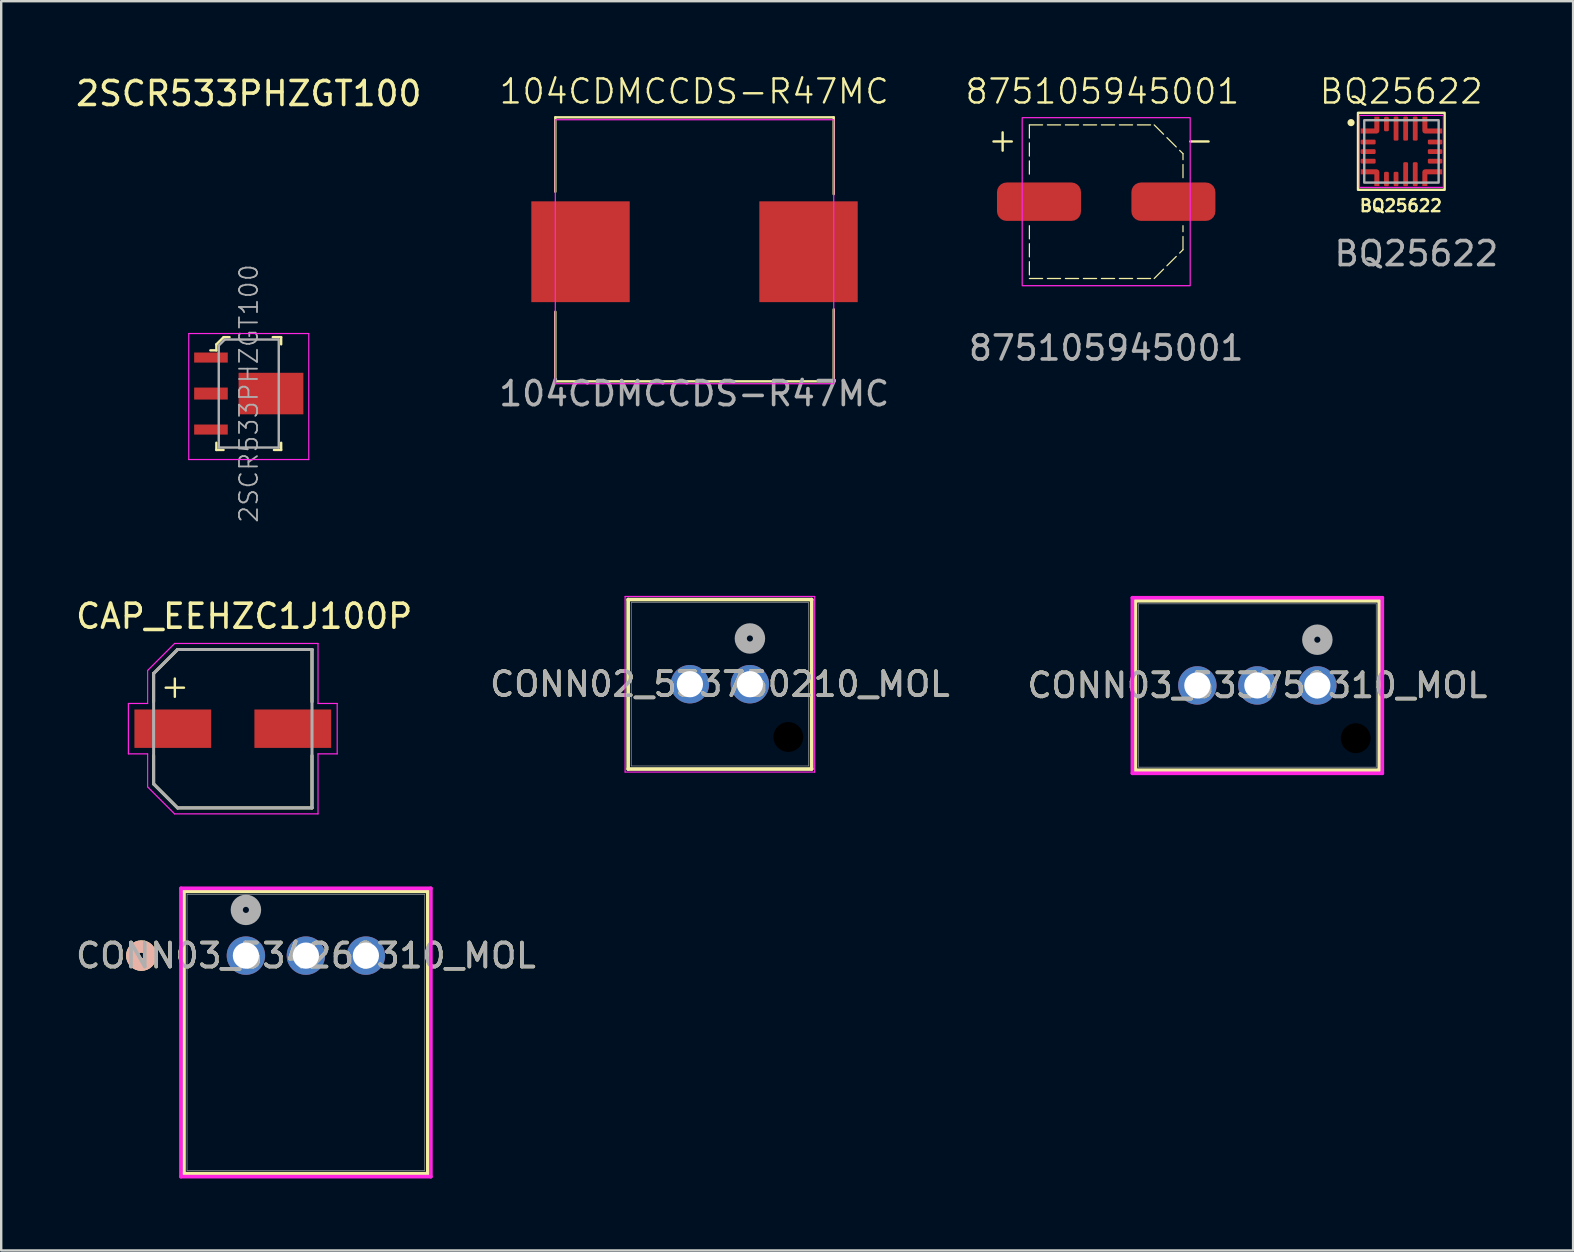
<source format=kicad_pcb>
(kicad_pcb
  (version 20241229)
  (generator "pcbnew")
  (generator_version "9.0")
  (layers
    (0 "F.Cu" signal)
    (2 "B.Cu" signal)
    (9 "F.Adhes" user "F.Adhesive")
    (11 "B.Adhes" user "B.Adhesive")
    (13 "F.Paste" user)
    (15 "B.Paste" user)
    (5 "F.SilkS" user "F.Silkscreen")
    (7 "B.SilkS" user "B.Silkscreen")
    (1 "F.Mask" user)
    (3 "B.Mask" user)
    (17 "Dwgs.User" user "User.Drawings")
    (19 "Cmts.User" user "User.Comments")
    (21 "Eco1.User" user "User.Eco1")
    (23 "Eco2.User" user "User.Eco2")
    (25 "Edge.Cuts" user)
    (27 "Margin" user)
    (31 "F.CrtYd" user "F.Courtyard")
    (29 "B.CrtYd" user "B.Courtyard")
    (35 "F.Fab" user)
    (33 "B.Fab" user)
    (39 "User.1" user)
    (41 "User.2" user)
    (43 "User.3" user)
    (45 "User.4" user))
  (footprint "CAP_EEHZC1J100P"
    (layer "F.Cu")
    (at 6.65 27.312)
    (property "Reference" "CAP_EEHZC1J100P" (at 0.475 -4.685 0) (layer "F.SilkS") (effects (font (size 1 1) (thickness 0.15))))
    (attr smd)
    (fp_line (start -3.3 -2.3) (end -3.3 -1.12) (stroke (width 0.127) (type solid)) (layer "F.SilkS"))
    (fp_line (start -3.3 1.12) (end -3.3 2.3) (stroke (width 0.127) (type solid)) (layer "F.SilkS"))
    (fp_line (start -3.3 2.3) (end -2.3 3.3) (stroke (width 0.127) (type solid)) (layer "F.SilkS"))
    (fp_line (start -2.3 -3.3) (end -3.3 -2.3) (stroke (width 0.127) (type solid)) (layer "F.SilkS"))
    (fp_line (start -2.3 3.3) (end 3.3 3.3) (stroke (width 0.127) (type solid)) (layer "F.SilkS"))
    (fp_line (start 3.3 -3.3) (end -2.3 -3.3) (stroke (width 0.127) (type solid)) (layer "F.SilkS"))
    (fp_line (start 3.3 -1.12) (end 3.3 -3.3) (stroke (width 0.127) (type solid)) (layer "F.SilkS"))
    (fp_line (start 3.3 3.3) (end 3.3 1.12) (stroke (width 0.127) (type solid)) (layer "F.SilkS"))
    (fp_line (start -4.35 -1.05) (end -3.55 -1.05) (stroke (width 0.05) (type solid)) (layer "F.CrtYd"))
    (fp_line (start -4.35 1.05) (end -4.35 -1.05) (stroke (width 0.05) (type solid)) (layer "F.CrtYd"))
    (fp_line (start -3.55 -2.425) (end -2.425 -3.55) (stroke (width 0.05) (type solid)) (layer "F.CrtYd"))
    (fp_line (start -3.55 -1.05) (end -3.55 -2.425) (stroke (width 0.05) (type solid)) (layer "F.CrtYd"))
    (fp_line (start -3.55 1.05) (end -4.35 1.05) (stroke (width 0.05) (type solid)) (layer "F.CrtYd"))
    (fp_line (start -3.55 2.425) (end -3.55 1.05) (stroke (width 0.05) (type solid)) (layer "F.CrtYd"))
    (fp_line (start -2.425 -3.55) (end 3.55 -3.55) (stroke (width 0.05) (type solid)) (layer "F.CrtYd"))
    (fp_line (start -2.425 3.55) (end -3.55 2.425) (stroke (width 0.05) (type solid)) (layer "F.CrtYd"))
    (fp_line (start 3.55 -3.55) (end 3.55 -1.05) (stroke (width 0.05) (type solid)) (layer "F.CrtYd"))
    (fp_line (start 3.55 -1.05) (end 4.35 -1.05) (stroke (width 0.05) (type solid)) (layer "F.CrtYd"))
    (fp_line (start 3.55 1.05) (end 3.55 3.55) (stroke (width 0.05) (type solid)) (layer "F.CrtYd"))
    (fp_line (start 3.55 3.55) (end -2.425 3.55) (stroke (width 0.05) (type solid)) (layer "F.CrtYd"))
    (fp_line (start 4.35 -1.05) (end 4.35 1.05) (stroke (width 0.05) (type solid)) (layer "F.CrtYd"))
    (fp_line (start 4.35 1.05) (end 3.55 1.05) (stroke (width 0.05) (type solid)) (layer "F.CrtYd"))
    (fp_line (start -3.3 -2.3) (end -3.3 2.3) (stroke (width 0.127) (type solid)) (layer "F.Fab"))
    (fp_line (start -3.3 2.3) (end -2.3 3.3) (stroke (width 0.127) (type solid)) (layer "F.Fab"))
    (fp_line (start -2.3 -3.3) (end -3.3 -2.3) (stroke (width 0.127) (type solid)) (layer "F.Fab"))
    (fp_line (start -2.3 3.3) (end 3.3 3.3) (stroke (width 0.127) (type solid)) (layer "F.Fab"))
    (fp_line (start 3.3 -3.3) (end -2.3 -3.3) (stroke (width 0.127) (type solid)) (layer "F.Fab"))
    (fp_line (start 3.3 3.3) (end 3.3 -3.3) (stroke (width 0.127) (type solid)) (layer "F.Fab"))
    (fp_text user "+" (at -3.1 -1.2 0) (unlocked yes) (layer "F.SilkS") (effects (font (size 1 1) (thickness 0.1)) (justify left bottom)))
    (pad "1" smd rect (at -2.5 0) (size 3.2 1.6) (layers "F.Cu" "F.Mask" "F.Paste"))
    (pad "2" smd rect (at 2.5 0) (size 3.2 1.6) (layers "F.Cu" "F.Mask" "F.Paste")))
  (footprint "104CDMCCDS-R47MC"
    (layer "F.Cu")
    (at 25.888 7.439)
    (property "Reference" "104CDMCCDS-R47MC" (at -0.013 -6.679 0) (unlocked yes) (layer "F.SilkS") (effects (font (size 1 1) (thickness 0.1))))
    (attr smd)
    (fp_line (start -5.8 -5.6) (end 5.8 -5.6) (stroke (width 0.1) (type default)) (layer "F.SilkS"))
    (fp_line (start -5.8 -2.5) (end -5.8 -5.6) (stroke (width 0.1) (type default)) (layer "F.SilkS"))
    (fp_line (start -5.8 2.5) (end -5.8 5.4) (stroke (width 0.1) (type default)) (layer "F.SilkS"))
    (fp_line (start -5.8 5.4) (end 5.8 5.4) (stroke (width 0.1) (type default)) (layer "F.SilkS"))
    (fp_line (start 5.8 -5.6) (end 5.8 -2.4) (stroke (width 0.1) (type default)) (layer "F.SilkS"))
    (fp_line (start 5.8 5.4) (end 5.8 2.4) (stroke (width 0.1) (type default)) (layer "F.SilkS"))
    (fp_rect (start -5.8 -5.5) (end 5.8 5.5) (stroke (width 0.05) (type default)) (fill no) (layer "F.CrtYd"))
    (fp_text user "${REFERENCE}" (at -0.013 5.913 0) (unlocked yes) (layer "F.Fab") (effects (font (size 1 1) (thickness 0.15))))
    (pad "1" smd rect (at -6.8 0 90) (size 4.2 4.1) (drill (offset 0 2.05)) (layers "F.Cu" "F.Mask" "F.Paste"))
    (pad "2" smd rect (at 6.8 0 90) (size 4.2 4.1) (drill (offset 0 -2.05)) (layers "F.Cu" "F.Mask" "F.Paste")))
  (footprint "2SCR533PHZGT100"
    (layer "F.Cu")
    (at 7.315 13.348)
    (property "Reference" "2SCR533PHZGT100" (at 0 -12.5 0) (layer "F.SilkS") (effects (font (size 1 1) (thickness 0.15))))
    (attr smd)
    (fp_line (start -1.35 -2.05) (end -1.35 -1.8) (stroke (width 0.1) (type solid)) (layer "F.SilkS"))
    (fp_line (start -1.35 -1.8) (end -1.6 -1.8) (stroke (width 0.1) (type solid)) (layer "F.SilkS"))
    (fp_line (start -1.35 2.35) (end -1.35 2.05) (stroke (width 0.1) (type solid)) (layer "F.SilkS"))
    (fp_line (start -1.05 -2.35) (end -1.35 -2.05) (stroke (width 0.1) (type solid)) (layer "F.SilkS"))
    (fp_line (start -1.05 2.35) (end -1.35 2.35) (stroke (width 0.1) (type solid)) (layer "F.SilkS"))
    (fp_line (start -0.8 -2.35) (end -1.05 -2.35) (stroke (width 0.1) (type solid)) (layer "F.SilkS"))
    (fp_line (start 1 -2.35) (end 1.35 -2.35) (stroke (width 0.1) (type solid)) (layer "F.SilkS"))
    (fp_line (start 1.35 -2.35) (end 1.35 -2.05) (stroke (width 0.1) (type solid)) (layer "F.SilkS"))
    (fp_line (start 1.35 2.05) (end 1.35 2.35) (stroke (width 0.1) (type solid)) (layer "F.SilkS"))
    (fp_line (start 1.35 2.35) (end 1.05 2.35) (stroke (width 0.1) (type solid)) (layer "F.SilkS"))
    (fp_line (start -2.5 -2.5) (end -1 -2.5) (stroke (width 0.05) (type solid)) (layer "F.CrtYd"))
    (fp_line (start -2.5 2.75) (end -2.5 -2.5) (stroke (width 0.05) (type solid)) (layer "F.CrtYd"))
    (fp_line (start -1 -2.5) (end 2.5 -2.5) (stroke (width 0.05) (type solid)) (layer "F.CrtYd"))
    (fp_line (start 2.5 -2.5) (end 2.5 2.75) (stroke (width 0.05) (type solid)) (layer "F.CrtYd"))
    (fp_line (start 2.5 2.75) (end -2.5 2.75) (stroke (width 0.05) (type solid)) (layer "F.CrtYd"))
    (fp_line (start -1.25 -2) (end -1.25 2.25) (stroke (width 0.1) (type solid)) (layer "F.Fab"))
    (fp_line (start -1.25 2.25) (end 1.25 2.25) (stroke (width 0.1) (type solid)) (layer "F.Fab"))
    (fp_line (start -1 -2.25) (end -1.25 -2) (stroke (width 0.1) (type solid)) (layer "F.Fab"))
    (fp_line (start 1.25 -2.25) (end -1 -2.25) (stroke (width 0.1) (type solid)) (layer "F.Fab"))
    (fp_line (start 1.25 -2.25) (end 1.25 2.25) (stroke (width 0.1) (type solid)) (layer "F.Fab"))
    (fp_text user "${REFERENCE}" (at 0 0 90) (layer "F.Fab") (effects (font (size 0.75 0.75) (thickness 0.075))))
    (pad "1" smd rect (at -1.575 1.5) (size 1.4 0.42) (layers "F.Cu" "F.Mask" "F.Paste"))
    (pad "2" smd rect (at -1.575 -1.5) (size 1.4 0.42) (layers "F.Cu" "F.Mask" "F.Paste"))
    (pad "3" smd rect (at -1.575 0) (size 1.4 0.5) (layers "F.Cu" "F.Mask" "F.Paste"))
    (pad "3" smd rect (at 0.925 0) (size 2.7 1.73) (layers "F.Cu" "F.Mask" "F.Paste")))
  (footprint "CONN03_533750310_MOL"
    (layer "F.Cu")
    (at 51.839 25.509)
    (property "Reference" "CONN03_533750310_MOL" (at -2.5 0 0) (unlocked yes) (layer "F.SilkS") (effects (font (size 1 1) (thickness 0.15))))
    (attr through_hole)
    (fp_line (start -7.58 -3.527) (end -7.58 3.534) (stroke (width 0.152) (type solid)) (layer "F.SilkS"))
    (fp_line (start -7.58 3.534) (end 2.58 3.534) (stroke (width 0.152) (type solid)) (layer "F.SilkS"))
    (fp_line (start 2.58 -3.527) (end -7.58 -3.527) (stroke (width 0.152) (type solid)) (layer "F.SilkS"))
    (fp_line (start 2.58 3.534) (end 2.58 -3.527) (stroke (width 0.152) (type solid)) (layer "F.SilkS"))
    (fp_line (start -7.707 -3.654) (end -7.707 3.661) (stroke (width 0.152) (type solid)) (layer "F.CrtYd"))
    (fp_line (start -7.707 3.661) (end 2.707 3.661) (stroke (width 0.152) (type solid)) (layer "F.CrtYd"))
    (fp_line (start 2.707 -3.654) (end -7.707 -3.654) (stroke (width 0.152) (type solid)) (layer "F.CrtYd"))
    (fp_line (start 2.707 3.661) (end 2.707 -3.654) (stroke (width 0.152) (type solid)) (layer "F.CrtYd"))
    (fp_line (start -7.453 -3.4) (end -7.453 3.407) (stroke (width 0.025) (type solid)) (layer "F.Fab"))
    (fp_line (start -7.453 3.407) (end 2.453 3.407) (stroke (width 0.025) (type solid)) (layer "F.Fab"))
    (fp_line (start 2.453 -3.4) (end -7.453 -3.4) (stroke (width 0.025) (type solid)) (layer "F.Fab"))
    (fp_line (start 2.453 3.407) (end 2.453 -3.4) (stroke (width 0.025) (type solid)) (layer "F.Fab"))
    (fp_circle (center 0 -1.905) (end 0.381 -1.905) (stroke (width 0.508) (type solid)) (fill no) (layer "F.Fab"))
    (fp_text user "${REFERENCE}" (at -2.5 0 0) (unlocked yes) (layer "F.Fab") (effects (font (size 1 1) (thickness 0.15))))
    (pad "" np_thru_hole circle (at 1.6 2.2) (size 1.245 1.245) (drill 1.245) (layers "*.Mask"))
    (pad "1" thru_hole circle (at 0 0) (size 1.6 1.6) (drill 1.092) (layers "*.Cu" "*.Mask"))
    (pad "2" thru_hole circle (at -2.5 0) (size 1.6 1.6) (drill 1.092) (layers "*.Cu" "*.Mask"))
    (pad "3" thru_hole circle (at -5 0) (size 1.6 1.6) (drill 1.092) (layers "*.Cu" "*.Mask")))
  (footprint "BQ25622"
    (layer "F.Cu")
    (at 55.343 3.259)
    (property "Reference" "BQ25622" (at -0.008 -2.498 0) (unlocked yes) (layer "F.SilkS") (effects (font (size 1 1) (thickness 0.1))))
    (attr smd)
    (fp_rect (start -1.81 -1.609) (end 1.8 1.6) (stroke (width 0.1) (type solid)) (fill no) (layer "F.SilkS"))
    (fp_circle (center -2.1 -1.2) (end -2 -1.2) (stroke (width 0.1) (type solid)) (fill yes) (layer "F.SilkS"))
    (fp_rect (start -1.75 -1.5) (end 1.75 1.5) (stroke (width 0.05) (type default)) (fill no) (layer "F.CrtYd"))
    (fp_rect (start -1.55 -1.3) (end 1.55 1.3) (stroke (width 0.1) (type default)) (fill no) (layer "F.Fab"))
    (fp_text user "BQ25622" (at -1.794 2.554 0) (unlocked yes) (layer "F.SilkS") (effects (font (size 0.5 0.5) (thickness 0.1)) (justify left bottom)))
    (fp_text user "${REFERENCE}" (at 0.622 4.259 0) (unlocked yes) (layer "F.Fab") (effects (font (size 1 1) (thickness 0.15))))
    (pad "1" smd custom (at -1.026 -0.85) (size 0.2 0.2) (layers "F.Cu" "F.Mask" "F.Paste") (options (anchor circle)) (primitives (gr_poly (pts (xy 0.1 0) (xy -0.1 0) (xy -0.1 -0.59) (xy 0.1 -0.59)) (width 0.01) (fill yes)) (gr_poly (pts (xy 0 -0.1) (xy 0 0.1) (xy -0.665 0.1) (xy -0.665 -0.1)) (width 0.01) (fill yes))))
    (pad "2" smd roundrect (at -1.388 -0.393) (size 0.625 0.2) (layers "F.Cu" "F.Mask" "F.Paste") (roundrect_rratio 0.25))
    (pad "3" smd roundrect (at -1.388 0.007) (size 0.625 0.2) (layers "F.Cu" "F.Mask" "F.Paste") (roundrect_rratio 0.25))
    (pad "4" smd roundrect (at -1.388 0.407) (size 0.625 0.2) (layers "F.Cu" "F.Mask" "F.Paste") (roundrect_rratio 0.25))
    (pad "5" smd custom (at -1.025 0.85) (size 0.2 0.2) (layers "F.Cu" "F.Mask" "F.Paste") (options (anchor circle)) (primitives (gr_poly (pts (xy 0.1 0) (xy -0.1 0) (xy -0.1 0.59) (xy 0.1 0.59)) (width 0.01) (fill yes)) (gr_poly (pts (xy 0 0.1) (xy 0 -0.1) (xy -0.665 -0.1) (xy -0.665 0.1)) (width 0.01) (fill yes))))
    (pad "6" smd roundrect (at -0.625 1.15 90) (size 0.6 0.2) (layers "F.Cu" "F.Mask" "F.Paste") (roundrect_rratio 0.25))
    (pad "7" smd roundrect (at -0.225 1.15 90) (size 0.6 0.2) (layers "F.Cu" "F.Mask" "F.Paste") (roundrect_rratio 0.25))
    (pad "8" smd roundrect (at 0.175 1.15 90) (size 1 0.2) (drill (offset 0.2 0)) (layers "F.Cu" "F.Mask" "F.Paste") (roundrect_rratio 0.25))
    (pad "9" smd roundrect (at 0.575 1.15 90) (size 1 0.2) (drill (offset 0.2 0)) (layers "F.Cu" "F.Mask" "F.Paste") (roundrect_rratio 0.25))
    (pad "10" smd custom (at 0.975 0.85) (size 0.2 0.2) (layers "F.Cu" "F.Mask" "F.Paste") (options (anchor circle)) (primitives (gr_poly (pts (xy -0.1 0) (xy 0.1 0) (xy 0.1 0.59) (xy -0.1 0.59)) (width 0.01) (fill yes)) (gr_poly (pts (xy 0 0.1) (xy 0 -0.1) (xy 0.715 -0.1) (xy 0.715 0.1)) (width 0.01) (fill yes))))
    (pad "11" smd roundrect (at 1.4 0.407) (size 0.6 0.2) (layers "F.Cu" "F.Mask" "F.Paste") (roundrect_rratio 0.25))
    (pad "12" smd roundrect (at 1.4 0.007) (size 0.6 0.2) (layers "F.Cu" "F.Mask" "F.Paste") (roundrect_rratio 0.25))
    (pad "13" smd roundrect (at 1.4 -0.393) (size 0.6 0.2) (layers "F.Cu" "F.Mask" "F.Paste") (roundrect_rratio 0.25))
    (pad "14" smd custom (at 0.976 -0.85) (size 0.2 0.2) (layers "F.Cu" "F.Mask" "F.Paste") (options (anchor circle)) (primitives (gr_poly (pts (xy -0.1 0) (xy 0.1 0) (xy 0.1 -0.59) (xy -0.1 -0.59)) (width 0.01) (fill yes)) (gr_poly (pts (xy 0 -0.1) (xy 0 0.1) (xy 0.715 0.1) (xy 0.715 -0.1)) (width 0.01) (fill yes))))
    (pad "15" smd roundrect (at 0.575 -0.95 90) (size 1 0.2) (layers "F.Cu" "F.Mask" "F.Paste") (roundrect_rratio 0.25))
    (pad "16" smd roundrect (at 0.175 -0.95 90) (size 1 0.2) (layers "F.Cu" "F.Mask" "F.Paste") (roundrect_rratio 0.25))
    (pad "17" smd roundrect (at -0.225 -0.95 90) (size 1 0.2) (layers "F.Cu" "F.Mask" "F.Paste") (roundrect_rratio 0.25))
    (pad "18" smd roundrect (at -0.625 -1.141 90) (size 0.6 0.2) (layers "F.Cu" "F.Mask" "F.Paste") (roundrect_rratio 0.25)))
  (footprint "CONN02_533750210_MOL"
    (layer "F.Cu")
    (at 28.196 25.458)
    (property "Reference" "CONN02_533750210_MOL" (at -1.25 0 0) (unlocked yes) (layer "F.SilkS") (effects (font (size 1 1) (thickness 0.15))))
    (attr through_hole)
    (fp_line (start -5.073 -3.527) (end -5.073 3.534) (stroke (width 0.152) (type solid)) (layer "F.SilkS"))
    (fp_line (start -5.073 3.534) (end 2.573 3.534) (stroke (width 0.152) (type solid)) (layer "F.SilkS"))
    (fp_line (start 2.573 -3.527) (end -5.073 -3.527) (stroke (width 0.152) (type solid)) (layer "F.SilkS"))
    (fp_line (start 2.573 3.534) (end 2.573 -3.527) (stroke (width 0.152) (type solid)) (layer "F.SilkS"))
    (fp_line (start -5.2 -3.654) (end -5.2 3.661) (stroke (width 0.05) (type solid)) (layer "F.CrtYd"))
    (fp_line (start -5.2 3.661) (end 2.7 3.661) (stroke (width 0.05) (type solid)) (layer "F.CrtYd"))
    (fp_line (start 2.7 -3.654) (end -5.2 -3.654) (stroke (width 0.05) (type solid)) (layer "F.CrtYd"))
    (fp_line (start 2.7 3.661) (end 2.7 -3.654) (stroke (width 0.05) (type solid)) (layer "F.CrtYd"))
    (fp_line (start -4.946 -3.4) (end -4.946 3.407) (stroke (width 0.025) (type solid)) (layer "F.Fab"))
    (fp_line (start -4.946 3.407) (end 2.446 3.407) (stroke (width 0.025) (type solid)) (layer "F.Fab"))
    (fp_line (start 2.446 -3.4) (end -4.946 -3.4) (stroke (width 0.025) (type solid)) (layer "F.Fab"))
    (fp_line (start 2.446 3.407) (end 2.446 -3.4) (stroke (width 0.025) (type solid)) (layer "F.Fab"))
    (fp_circle (center 0 -1.905) (end 0.381 -1.905) (stroke (width 0.508) (type solid)) (fill no) (layer "F.Fab"))
    (fp_text user "${REFERENCE}" (at -1.25 0 0) (unlocked yes) (layer "F.Fab") (effects (font (size 1 1) (thickness 0.15))))
    (pad "" np_thru_hole circle (at 1.6 2.2) (size 1.3 1.3) (drill 1.245) (layers "*.Mask"))
    (pad "1" thru_hole circle (at 0 0) (size 1.6 1.6) (drill 1.092) (layers "*.Cu" "*.Mask"))
    (pad "2" thru_hole circle (at -2.5 0) (size 1.6 1.6) (drill 1.092) (layers "*.Cu" "*.Mask")))
  (footprint "CONN03_534260310_MOL"
    (layer "F.Cu")
    (at 7.196 36.767)
    (property "Reference" "CONN03_534260310_MOL" (at 2.5 0 0) (unlocked yes) (layer "F.SilkS") (effects (font (size 1 1) (thickness 0.15))))
    (attr through_hole)
    (fp_line (start -2.58 -2.677) (end -2.58 9.083) (stroke (width 0.152) (type solid)) (layer "F.SilkS"))
    (fp_line (start -2.58 9.083) (end 7.58 9.083) (stroke (width 0.152) (type solid)) (layer "F.SilkS"))
    (fp_line (start 7.58 -2.677) (end -2.58 -2.677) (stroke (width 0.152) (type solid)) (layer "F.SilkS"))
    (fp_line (start 7.58 9.083) (end 7.58 -2.677) (stroke (width 0.152) (type solid)) (layer "F.SilkS"))
    (fp_circle (center -4.358 0) (end -3.977 0) (stroke (width 0.508) (type solid)) (fill no) (layer "F.SilkS"))
    (fp_circle (center -4.358 0) (end -3.977 0) (stroke (width 0.508) (type solid)) (fill no) (layer "B.SilkS"))
    (fp_line (start -2.707 -2.804) (end -2.707 9.21) (stroke (width 0.152) (type solid)) (layer "F.CrtYd"))
    (fp_line (start -2.707 9.21) (end 7.707 9.21) (stroke (width 0.152) (type solid)) (layer "F.CrtYd"))
    (fp_line (start 7.707 -2.804) (end -2.707 -2.804) (stroke (width 0.152) (type solid)) (layer "F.CrtYd"))
    (fp_line (start 7.707 9.21) (end 7.707 -2.804) (stroke (width 0.152) (type solid)) (layer "F.CrtYd"))
    (fp_line (start -2.453 -2.55) (end -2.453 8.956) (stroke (width 0.025) (type solid)) (layer "F.Fab"))
    (fp_line (start -2.453 8.956) (end 7.453 8.956) (stroke (width 0.025) (type solid)) (layer "F.Fab"))
    (fp_line (start 7.453 -2.55) (end -2.453 -2.55) (stroke (width 0.025) (type solid)) (layer "F.Fab"))
    (fp_line (start 7.453 8.956) (end 7.453 -2.55) (stroke (width 0.025) (type solid)) (layer "F.Fab"))
    (fp_circle (center 0 -1.905) (end 0.381 -1.905) (stroke (width 0.508) (type solid)) (fill no) (layer "F.Fab"))
    (fp_text user "${REFERENCE}" (at 2.5 0 0) (unlocked yes) (layer "F.Fab") (effects (font (size 1 1) (thickness 0.15))))
    (pad "1" thru_hole circle (at 0 0) (size 1.6 1.6) (drill 1.092) (layers "*.Cu" "*.Mask"))
    (pad "2" thru_hole circle (at 2.5 0) (size 1.6 1.6) (drill 1.092) (layers "*.Cu" "*.Mask"))
    (pad "3" thru_hole circle (at 5 0) (size 1.6 1.6) (drill 1.092) (layers "*.Cu" "*.Mask")))
  (footprint "875105945001"
    (layer "F.Cu")
    (at 43.041 5.354)
    (property "Reference" "875105945001" (at -0.158 -4.593 0) (unlocked yes) (layer "F.SilkS") (effects (font (size 1 1) (thickness 0.1))))
    (attr smd)
    (fp_line (start -3.2 -3.2) (end -3.2 -1) (stroke (width 0.05) (type dash)) (layer "F.SilkS"))
    (fp_line (start -3.2 -3.2) (end 2 -3.2) (stroke (width 0.05) (type dash)) (layer "F.SilkS"))
    (fp_line (start -3.2 1) (end -3.2 3.2) (stroke (width 0.05) (type dash)) (layer "F.SilkS"))
    (fp_line (start -3.2 3.2) (end 2 3.2) (stroke (width 0.05) (type dash)) (layer "F.SilkS"))
    (fp_line (start 2 -3.2) (end 3.2 -2) (stroke (width 0.05) (type dash)) (layer "F.SilkS"))
    (fp_line (start 2 3.2) (end 3.2 2) (stroke (width 0.05) (type dash)) (layer "F.SilkS"))
    (fp_line (start 3.2 -1) (end 3.2 -2) (stroke (width 0.05) (type dash)) (layer "F.SilkS"))
    (fp_line (start 3.2 2) (end 3.2 1) (stroke (width 0.05) (type dash)) (layer "F.SilkS"))
    (fp_rect (start -3.5 -3.5) (end 3.5 3.5) (stroke (width 0.05) (type default)) (fill no) (layer "F.CrtYd"))
    (fp_text user "-" (at 3.2 -2 0) (unlocked yes) (layer "F.SilkS") (effects (font (size 1 1) (thickness 0.1)) (justify left bottom)))
    (fp_text user "+" (at -5 -2 0) (unlocked yes) (layer "F.SilkS") (effects (font (size 1 1) (thickness 0.1)) (justify left bottom)))
    (fp_text user "${REFERENCE}" (at 0 6.098 0) (unlocked yes) (layer "F.Fab") (effects (font (size 1 1) (thickness 0.15))))
    (pad "1" smd roundrect (at -2.8 0) (size 3.5 1.6) (layers "F.Cu" "F.Mask" "F.Paste") (roundrect_rratio 0.25))
    (pad "2" smd roundrect (at 2.8 0) (size 3.5 1.6) (layers "F.Cu" "F.Mask" "F.Paste") (roundrect_rratio 0.25)))
  (gr_rect
    (start -3 -3)
    (end 62.495 49.053)
    (stroke (width 0.1) (type default))
    (fill no)
    (layer "Edge.Cuts")))
</source>
